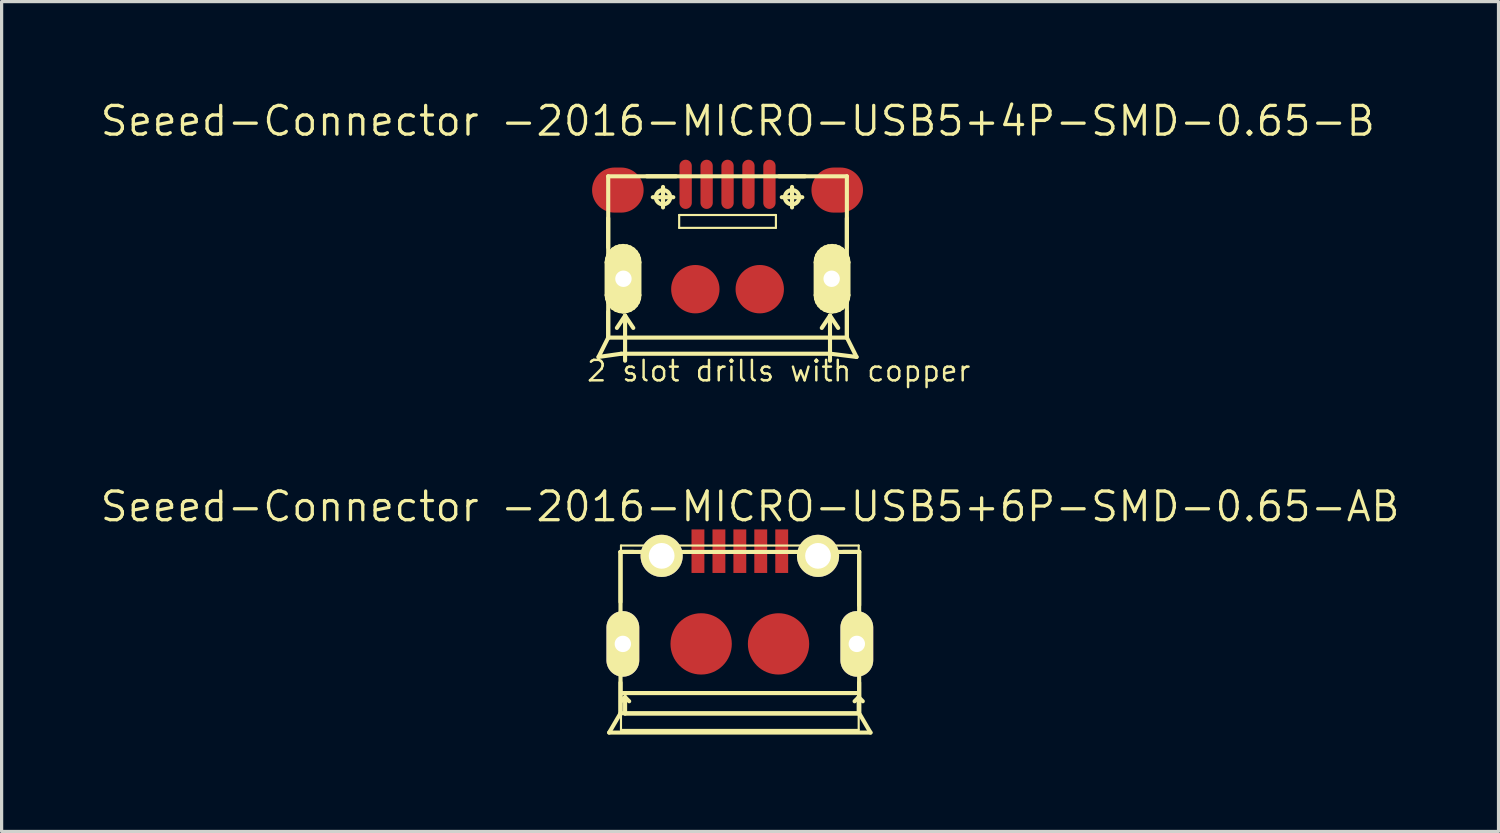
<source format=kicad_pcb>
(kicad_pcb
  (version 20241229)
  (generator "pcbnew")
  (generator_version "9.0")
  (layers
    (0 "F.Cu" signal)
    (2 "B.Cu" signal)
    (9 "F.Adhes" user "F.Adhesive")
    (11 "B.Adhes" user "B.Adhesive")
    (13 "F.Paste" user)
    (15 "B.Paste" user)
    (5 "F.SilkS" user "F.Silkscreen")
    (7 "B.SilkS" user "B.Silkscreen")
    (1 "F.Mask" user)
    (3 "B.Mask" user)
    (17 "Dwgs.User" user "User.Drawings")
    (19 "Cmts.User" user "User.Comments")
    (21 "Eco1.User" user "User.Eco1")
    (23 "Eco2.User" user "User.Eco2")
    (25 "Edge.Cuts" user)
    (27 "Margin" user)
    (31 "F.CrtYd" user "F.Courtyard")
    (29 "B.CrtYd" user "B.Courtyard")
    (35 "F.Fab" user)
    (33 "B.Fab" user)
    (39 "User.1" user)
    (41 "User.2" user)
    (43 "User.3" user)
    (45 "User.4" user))
  (footprint "Seeed-Connector -2016-MICRO-USB5+4P-SMD-0.65-B"
    (layer "F.Cu")
    (at 19.495 2.413)
    (property "Reference" "Seeed-Connector -2016-MICRO-USB5+4P-SMD-0.65-B" (at 0.318 -1.714 0) (layer "F.SilkS") (effects (font (size 0.889 0.889) (thickness 0.102))))
    (attr smd)
    (fp_line (start -3.747 2.667) (end -3.731 2.553) (stroke (width 0.127) (type solid)) (layer "F.SilkS"))
    (fp_line (start -3.747 3.683) (end -3.747 2.667) (stroke (width 0.127) (type solid)) (layer "F.SilkS"))
    (fp_line (start -3.731 2.553) (end -3.696 2.446) (stroke (width 0.127) (type solid)) (layer "F.SilkS"))
    (fp_line (start -3.731 3.795) (end -3.747 3.683) (stroke (width 0.127) (type solid)) (layer "F.SilkS"))
    (fp_line (start -3.698 0) (end 3.698 0) (stroke (width 0.127) (type solid)) (layer "F.SilkS"))
    (fp_line (start -3.698 2.2) (end -3.698 1.298) (stroke (width 0.127) (type solid)) (layer "F.SilkS"))
    (fp_line (start -3.698 4.999) (end -3.998 5.598) (stroke (width 0.127) (type solid)) (layer "F.SilkS"))
    (fp_line (start -3.698 4.999) (end -3.698 0) (stroke (width 0.127) (type solid)) (layer "F.SilkS"))
    (fp_line (start -3.698 4.999) (end -3.698 4.199) (stroke (width 0.127) (type solid)) (layer "F.SilkS"))
    (fp_line (start -3.698 4.999) (end 3.698 4.999) (stroke (width 0.127) (type solid)) (layer "F.SilkS"))
    (fp_line (start -3.696 2.446) (end -3.635 2.349) (stroke (width 0.127) (type solid)) (layer "F.SilkS"))
    (fp_line (start -3.696 3.901) (end -3.731 3.795) (stroke (width 0.127) (type solid)) (layer "F.SilkS"))
    (fp_line (start -3.635 2.349) (end -3.553 2.268) (stroke (width 0.127) (type solid)) (layer "F.SilkS"))
    (fp_line (start -3.635 3.998) (end -3.696 3.901) (stroke (width 0.127) (type solid)) (layer "F.SilkS"))
    (fp_line (start -3.553 2.268) (end -3.457 2.207) (stroke (width 0.127) (type solid)) (layer "F.SilkS"))
    (fp_line (start -3.553 4.079) (end -3.635 3.998) (stroke (width 0.127) (type solid)) (layer "F.SilkS"))
    (fp_line (start -3.457 2.207) (end -3.35 2.172) (stroke (width 0.127) (type solid)) (layer "F.SilkS"))
    (fp_line (start -3.457 4.14) (end -3.553 4.079) (stroke (width 0.127) (type solid)) (layer "F.SilkS"))
    (fp_line (start -3.35 2.172) (end -3.239 2.159) (stroke (width 0.127) (type solid)) (layer "F.SilkS"))
    (fp_line (start -3.35 4.176) (end -3.457 4.14) (stroke (width 0.127) (type solid)) (layer "F.SilkS"))
    (fp_line (start -3.299 5.499) (end -3.998 5.598) (stroke (width 0.127) (type solid)) (layer "F.SilkS"))
    (fp_line (start -3.299 5.499) (end 3.198 5.499) (stroke (width 0.127) (type solid)) (layer "F.SilkS"))
    (fp_line (start -3.239 2.159) (end -3.124 2.172) (stroke (width 0.127) (type solid)) (layer "F.SilkS"))
    (fp_line (start -3.239 4.191) (end -3.35 4.176) (stroke (width 0.127) (type solid)) (layer "F.SilkS"))
    (fp_line (start -3.226 2.794) (end -3.226 3.556) (stroke (width 0.508) (type solid)) (layer "F.SilkS"))
    (fp_line (start -3.175 4.318) (end -3.429 4.699) (stroke (width 0.127) (type solid)) (layer "F.SilkS"))
    (fp_line (start -3.175 4.318) (end -2.921 4.699) (stroke (width 0.127) (type solid)) (layer "F.SilkS"))
    (fp_line (start -3.175 5.715) (end -3.175 4.318) (stroke (width 0.127) (type solid)) (layer "F.SilkS"))
    (fp_line (start -3.124 2.172) (end -3.018 2.207) (stroke (width 0.127) (type solid)) (layer "F.SilkS"))
    (fp_line (start -3.124 4.176) (end -3.239 4.191) (stroke (width 0.127) (type solid)) (layer "F.SilkS"))
    (fp_line (start -3.018 2.207) (end -2.921 2.268) (stroke (width 0.127) (type solid)) (layer "F.SilkS"))
    (fp_line (start -3.018 4.14) (end -3.124 4.176) (stroke (width 0.127) (type solid)) (layer "F.SilkS"))
    (fp_line (start -2.921 2.268) (end -2.84 2.349) (stroke (width 0.127) (type solid)) (layer "F.SilkS"))
    (fp_line (start -2.921 4.079) (end -3.018 4.14) (stroke (width 0.127) (type solid)) (layer "F.SilkS"))
    (fp_line (start -2.84 2.349) (end -2.779 2.446) (stroke (width 0.127) (type solid)) (layer "F.SilkS"))
    (fp_line (start -2.84 3.998) (end -2.921 4.079) (stroke (width 0.127) (type solid)) (layer "F.SilkS"))
    (fp_line (start -2.779 2.446) (end -2.743 2.553) (stroke (width 0.127) (type solid)) (layer "F.SilkS"))
    (fp_line (start -2.779 3.901) (end -2.84 3.998) (stroke (width 0.127) (type solid)) (layer "F.SilkS"))
    (fp_line (start -2.743 2.553) (end -2.731 2.667) (stroke (width 0.127) (type solid)) (layer "F.SilkS"))
    (fp_line (start -2.743 3.795) (end -2.779 3.901) (stroke (width 0.127) (type solid)) (layer "F.SilkS"))
    (fp_line (start -2.731 2.667) (end -2.731 3.683) (stroke (width 0.127) (type solid)) (layer "F.SilkS"))
    (fp_line (start -2.731 3.683) (end -2.743 3.795) (stroke (width 0.127) (type solid)) (layer "F.SilkS"))
    (fp_line (start -2.499 0) (end -1.598 0) (stroke (width 0.127) (type solid)) (layer "F.SilkS"))
    (fp_line (start -2.316 0.648) (end -1.681 0.648) (stroke (width 0.127) (type solid)) (layer "F.SilkS"))
    (fp_line (start -1.999 0.965) (end -1.999 0.33) (stroke (width 0.127) (type solid)) (layer "F.SilkS"))
    (fp_line (start -1.499 1.199) (end 1.499 1.199) (stroke (width 0.066) (type solid)) (layer "F.SilkS"))
    (fp_line (start -1.499 1.598) (end -1.499 1.199) (stroke (width 0.066) (type solid)) (layer "F.SilkS"))
    (fp_line (start -1.499 1.598) (end 1.499 1.598) (stroke (width 0.066) (type solid)) (layer "F.SilkS"))
    (fp_line (start 1.499 1.598) (end 1.499 1.199) (stroke (width 0.066) (type solid)) (layer "F.SilkS"))
    (fp_line (start 1.598 0) (end 2.398 0) (stroke (width 0.127) (type solid)) (layer "F.SilkS"))
    (fp_line (start 1.681 0.648) (end 2.316 0.648) (stroke (width 0.127) (type solid)) (layer "F.SilkS"))
    (fp_line (start 1.999 0.965) (end 1.999 0.33) (stroke (width 0.127) (type solid)) (layer "F.SilkS"))
    (fp_line (start 2.731 2.667) (end 2.743 2.553) (stroke (width 0.127) (type solid)) (layer "F.SilkS"))
    (fp_line (start 2.731 3.683) (end 2.731 2.667) (stroke (width 0.127) (type solid)) (layer "F.SilkS"))
    (fp_line (start 2.743 2.553) (end 2.779 2.446) (stroke (width 0.127) (type solid)) (layer "F.SilkS"))
    (fp_line (start 2.743 3.795) (end 2.731 3.683) (stroke (width 0.127) (type solid)) (layer "F.SilkS"))
    (fp_line (start 2.779 2.446) (end 2.84 2.349) (stroke (width 0.127) (type solid)) (layer "F.SilkS"))
    (fp_line (start 2.779 3.901) (end 2.743 3.795) (stroke (width 0.127) (type solid)) (layer "F.SilkS"))
    (fp_line (start 2.84 2.349) (end 2.921 2.268) (stroke (width 0.127) (type solid)) (layer "F.SilkS"))
    (fp_line (start 2.84 3.998) (end 2.779 3.901) (stroke (width 0.127) (type solid)) (layer "F.SilkS"))
    (fp_line (start 2.921 2.268) (end 3.018 2.207) (stroke (width 0.127) (type solid)) (layer "F.SilkS"))
    (fp_line (start 2.921 4.079) (end 2.84 3.998) (stroke (width 0.127) (type solid)) (layer "F.SilkS"))
    (fp_line (start 3.018 2.207) (end 3.124 2.172) (stroke (width 0.127) (type solid)) (layer "F.SilkS"))
    (fp_line (start 3.018 4.14) (end 2.921 4.079) (stroke (width 0.127) (type solid)) (layer "F.SilkS"))
    (fp_line (start 3.124 2.172) (end 3.239 2.159) (stroke (width 0.127) (type solid)) (layer "F.SilkS"))
    (fp_line (start 3.124 4.176) (end 3.018 4.14) (stroke (width 0.127) (type solid)) (layer "F.SilkS"))
    (fp_line (start 3.175 4.318) (end 2.921 4.699) (stroke (width 0.127) (type solid)) (layer "F.SilkS"))
    (fp_line (start 3.175 4.318) (end 3.429 4.699) (stroke (width 0.127) (type solid)) (layer "F.SilkS"))
    (fp_line (start 3.175 5.715) (end 3.175 4.318) (stroke (width 0.127) (type solid)) (layer "F.SilkS"))
    (fp_line (start 3.198 5.499) (end 3.998 5.598) (stroke (width 0.127) (type solid)) (layer "F.SilkS"))
    (fp_line (start 3.226 2.794) (end 3.226 3.556) (stroke (width 0.508) (type solid)) (layer "F.SilkS"))
    (fp_line (start 3.239 2.159) (end 3.35 2.172) (stroke (width 0.127) (type solid)) (layer "F.SilkS"))
    (fp_line (start 3.239 4.191) (end 3.124 4.176) (stroke (width 0.127) (type solid)) (layer "F.SilkS"))
    (fp_line (start 3.35 2.172) (end 3.457 2.207) (stroke (width 0.127) (type solid)) (layer "F.SilkS"))
    (fp_line (start 3.35 4.176) (end 3.239 4.191) (stroke (width 0.127) (type solid)) (layer "F.SilkS"))
    (fp_line (start 3.457 2.207) (end 3.553 2.268) (stroke (width 0.127) (type solid)) (layer "F.SilkS"))
    (fp_line (start 3.457 4.14) (end 3.35 4.176) (stroke (width 0.127) (type solid)) (layer "F.SilkS"))
    (fp_line (start 3.553 2.268) (end 3.635 2.349) (stroke (width 0.127) (type solid)) (layer "F.SilkS"))
    (fp_line (start 3.553 4.079) (end 3.457 4.14) (stroke (width 0.127) (type solid)) (layer "F.SilkS"))
    (fp_line (start 3.635 2.349) (end 3.696 2.446) (stroke (width 0.127) (type solid)) (layer "F.SilkS"))
    (fp_line (start 3.635 3.998) (end 3.553 4.079) (stroke (width 0.127) (type solid)) (layer "F.SilkS"))
    (fp_line (start 3.696 2.446) (end 3.731 2.553) (stroke (width 0.127) (type solid)) (layer "F.SilkS"))
    (fp_line (start 3.696 3.901) (end 3.635 3.998) (stroke (width 0.127) (type solid)) (layer "F.SilkS"))
    (fp_line (start 3.698 0) (end 3.698 4.999) (stroke (width 0.127) (type solid)) (layer "F.SilkS"))
    (fp_line (start 3.698 1.298) (end 3.698 2.2) (stroke (width 0.127) (type solid)) (layer "F.SilkS"))
    (fp_line (start 3.698 4.199) (end 3.698 4.999) (stroke (width 0.127) (type solid)) (layer "F.SilkS"))
    (fp_line (start 3.698 4.999) (end 3.998 5.598) (stroke (width 0.127) (type solid)) (layer "F.SilkS"))
    (fp_line (start 3.731 2.553) (end 3.747 2.667) (stroke (width 0.127) (type solid)) (layer "F.SilkS"))
    (fp_line (start 3.731 3.795) (end 3.696 3.901) (stroke (width 0.127) (type solid)) (layer "F.SilkS"))
    (fp_line (start 3.747 2.667) (end 3.747 3.683) (stroke (width 0.127) (type solid)) (layer "F.SilkS"))
    (fp_line (start 3.747 3.683) (end 3.731 3.795) (stroke (width 0.127) (type solid)) (layer "F.SilkS"))
    (fp_circle (center -1.999 0.648) (end -2.156 0.805) (stroke (width 0.127) (type solid)) (fill no) (layer "F.SilkS"))
    (fp_circle (center 1.999 0.648) (end 2.156 0.805) (stroke (width 0.127) (type solid)) (fill no) (layer "F.SilkS"))
    (fp_text user "2 slot drills with copper" (at 1.587 6.032 0) (layer "F.SilkS") (effects (font (size 0.635 0.635) (thickness 0.076))))
    (pad "1" smd oval (at -1.298 0.249 180) (size 0.381 1.524) (layers "F.Cu" "F.Mask" "F.Paste"))
    (pad "2" smd oval (at -0.648 0.249 180) (size 0.381 1.524) (layers "F.Cu" "F.Mask" "F.Paste"))
    (pad "3" smd oval (at 0 0.249 180) (size 0.381 1.524) (layers "F.Cu" "F.Mask" "F.Paste"))
    (pad "4" smd oval (at 0.648 0.249 180) (size 0.381 1.524) (layers "F.Cu" "F.Mask" "F.Paste"))
    (pad "5" smd oval (at 1.298 0.249 180) (size 0.381 1.524) (layers "F.Cu" "F.Mask" "F.Paste"))
    (pad "S1" smd oval (at -3.399 0.427 90) (size 1.397 1.598) (layers "F.Cu" "F.Mask" "F.Paste"))
    (pad "S2" thru_hole oval (at -3.226 3.175 180) (size 1.016 2.032) (drill 0.508) (layers "*.Cu" "F.Mask" "F.SilkS" "F.Paste"))
    (pad "S3" smd circle (at -0.998 3.498) (size 1.499 1.499) (layers "F.Cu" "F.Mask" "F.Paste"))
    (pad "S4" smd circle (at 0.998 3.498) (size 1.499 1.499) (layers "F.Cu" "F.Mask" "F.Paste"))
    (pad "S5" thru_hole oval (at 3.226 3.175 180) (size 1.016 2.032) (drill 0.508) (layers "*.Cu" "F.Mask" "F.SilkS" "F.Paste"))
    (pad "S6" smd oval (at 3.399 0.427 90) (size 1.397 1.598) (layers "F.Cu" "F.Mask" "F.Paste")))
  (footprint "Seeed-Connector -2016-MICRO-USB5+6P-SMD-0.65-AB"
    (layer "F.Cu")
    (at 19.876 16.903)
    (property "Reference" "Seeed-Connector -2016-MICRO-USB5+6P-SMD-0.65-AB" (at 0.318 -4.255 0) (layer "F.SilkS") (effects (font (size 0.889 0.889) (thickness 0.102))))
    (attr smd)
    (fp_line (start -4.049 2.748) (end -3.698 2.149) (stroke (width 0.127) (type solid)) (layer "F.SilkS"))
    (fp_line (start -3.698 -2.85) (end -3.698 -1.298) (stroke (width 0.127) (type solid)) (layer "F.SilkS"))
    (fp_line (start -3.698 -2.85) (end 3.698 -2.85) (stroke (width 0.127) (type solid)) (layer "F.SilkS"))
    (fp_line (start -3.698 1.199) (end -3.698 2.098) (stroke (width 0.127) (type solid)) (layer "F.SilkS"))
    (fp_line (start -3.698 2.149) (end -3.698 -2.85) (stroke (width 0.127) (type solid)) (layer "F.SilkS"))
    (fp_line (start -3.698 2.149) (end 3.698 2.149) (stroke (width 0.127) (type solid)) (layer "F.SilkS"))
    (fp_line (start -3.683 -3.048) (end 3.683 -3.048) (stroke (width 0.066) (type solid)) (layer "F.SilkS"))
    (fp_line (start -3.683 1.524) (end 3.683 1.524) (stroke (width 0.127) (type solid)) (layer "F.SilkS"))
    (fp_line (start -3.683 2.667) (end -3.683 -3.048) (stroke (width 0.066) (type solid)) (layer "F.SilkS"))
    (fp_line (start -3.683 2.667) (end 3.683 2.667) (stroke (width 0.066) (type solid)) (layer "F.SilkS"))
    (fp_line (start -3.625 0.391) (end -3.625 -0.368) (stroke (width 0.508) (type solid)) (layer "F.SilkS"))
    (fp_line (start -3.556 1.651) (end -3.683 1.778) (stroke (width 0.127) (type solid)) (layer "F.SilkS"))
    (fp_line (start -3.556 1.651) (end -3.556 2.159) (stroke (width 0.127) (type solid)) (layer "F.SilkS"))
    (fp_line (start -3.556 1.651) (end -3.429 1.778) (stroke (width 0.127) (type solid)) (layer "F.SilkS"))
    (fp_line (start -3.556 2.159) (end 3.683 2.159) (stroke (width 0.127) (type solid)) (layer "F.SilkS"))
    (fp_line (start -3.299 -2.85) (end -3.698 -2.85) (stroke (width 0.127) (type solid)) (layer "F.SilkS"))
    (fp_line (start 3.198 -2.85) (end 3.698 -2.85) (stroke (width 0.127) (type solid)) (layer "F.SilkS"))
    (fp_line (start 3.556 1.778) (end 3.683 1.651) (stroke (width 0.127) (type solid)) (layer "F.SilkS"))
    (fp_line (start 3.625 0.391) (end 3.625 -0.368) (stroke (width 0.508) (type solid)) (layer "F.SilkS"))
    (fp_line (start 3.683 1.651) (end 3.81 1.778) (stroke (width 0.127) (type solid)) (layer "F.SilkS"))
    (fp_line (start 3.683 2.159) (end 3.683 1.651) (stroke (width 0.127) (type solid)) (layer "F.SilkS"))
    (fp_line (start 3.683 2.667) (end 3.683 -3.048) (stroke (width 0.066) (type solid)) (layer "F.SilkS"))
    (fp_line (start 3.698 -2.85) (end 3.698 -1.199) (stroke (width 0.127) (type solid)) (layer "F.SilkS"))
    (fp_line (start 3.698 -2.85) (end 3.698 2.149) (stroke (width 0.127) (type solid)) (layer "F.SilkS"))
    (fp_line (start 3.698 1.199) (end 3.698 2.098) (stroke (width 0.127) (type solid)) (layer "F.SilkS"))
    (fp_line (start 3.698 2.149) (end 4.049 2.748) (stroke (width 0.127) (type solid)) (layer "F.SilkS"))
    (fp_line (start 4.049 2.748) (end -4.049 2.748) (stroke (width 0.127) (type solid)) (layer "F.SilkS"))
    (pad "1" smd rect (at -1.298 -2.873 90) (size 1.349 0.399) (layers "F.Cu" "F.Mask" "F.Paste"))
    (pad "2" smd rect (at -0.648 -2.873 90) (size 1.349 0.399) (layers "F.Cu" "F.Mask" "F.Paste"))
    (pad "3" smd rect (at 0 -2.873 90) (size 1.349 0.399) (layers "F.Cu" "F.Mask" "F.Paste"))
    (pad "4" smd rect (at 0.648 -2.873 90) (size 1.349 0.399) (layers "F.Cu" "F.Mask" "F.Paste"))
    (pad "5" smd rect (at 1.298 -2.873 90) (size 1.349 0.399) (layers "F.Cu" "F.Mask" "F.Paste"))
    (pad "P1" smd circle (at -1.199 0 90) (size 1.9 1.9) (layers "F.Cu" "F.Mask" "F.Paste"))
    (pad "P2" smd circle (at 1.199 0 90) (size 1.9 1.9) (layers "F.Cu" "F.Mask" "F.Paste"))
    (pad "P3" thru_hole oval (at -3.625 0 180) (size 1.016 2.032) (drill 0.508) (layers "*.Cu" "F.Mask" "F.SilkS" "F.Paste"))
    (pad "P4" thru_hole oval (at 3.625 0 180) (size 1.016 2.032) (drill 0.508) (layers "*.Cu" "F.Mask" "F.SilkS" "F.Paste"))
    (pad "P5" thru_hole circle (at -2.423 -2.728 180) (size 1.306 1.306) (drill 0.798) (layers "*.Cu" "F.Mask" "F.SilkS" "F.Paste"))
    (pad "P6" thru_hole circle (at 2.423 -2.728 180) (size 1.306 1.306) (drill 0.798) (layers "*.Cu" "F.Mask" "F.SilkS" "F.Paste")))
  (gr_rect
    (start -3 -3)
    (end 43.386 22.715)
    (stroke (width 0.1) (type default))
    (fill no)
    (layer "Edge.Cuts")))
</source>
